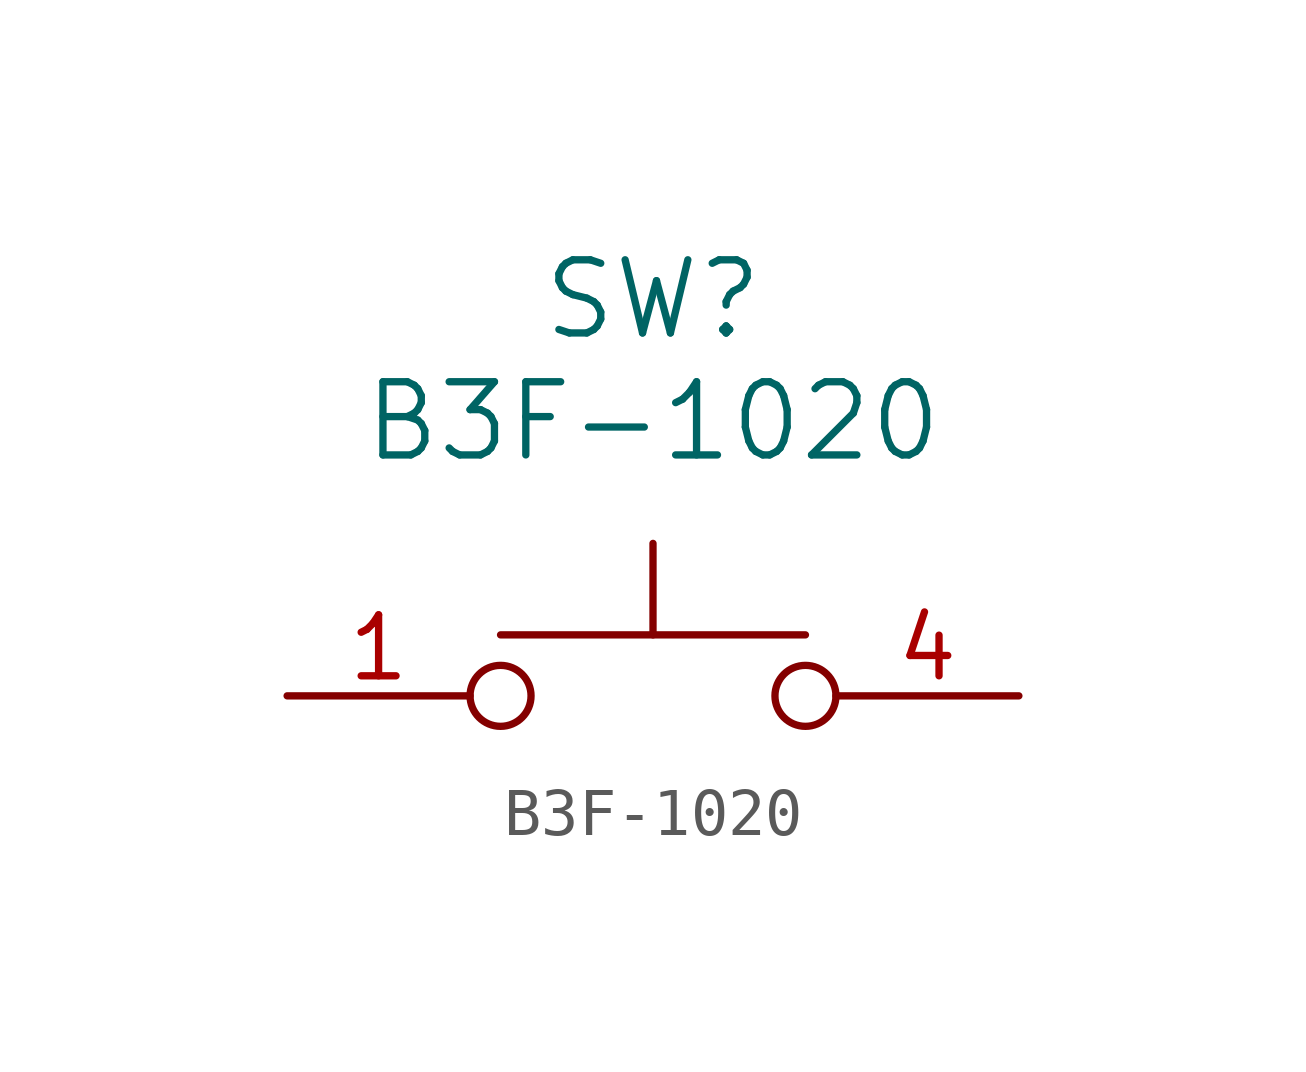
<source format=kicad_sym>
(kicad_symbol_lib
  (version 20220914)
  (generator kicad_symbol_editor)
  (symbol "B3F-1020"
    (pin_names
      (offset 0.254))
    (property "Reference" "SW"
      (at 0 8.255 0)
      (effects (font (size 1.524 1.524))))
    (property "Value" "B3F-1020"
      (at 0 5.715 0)
      (effects (font (size 1.524 1.524))))
    (property "ki_locked" ""
      (at 0 0 0)
      (effects (font (size 1.27 1.27))))
    (symbol "B3F-1020_1_1"
      (circle (center -3.175 0) (radius 0.635) (stroke (width 0) (type default)) (fill (type none)))
      (polyline (pts (xy -3.175 1.27) (xy 3.175 1.27)) (stroke (width 0) (type default)) (fill (type none)))
      (polyline (pts (xy 0 1.27) (xy 0 3.175)) (stroke (width 0) (type default)) (fill (type none)))
      (circle (center 3.175 0) (radius 0.635) (stroke (width 0) (type default)) (fill (type none)))
      (pin unspecified line (at -7.62 0 0) (length 3.81) (name "" (effects (font (size 1.27 1.27)))) (number "1" (effects (font (size 1.27 1.27)))))
      (pin unspecified line (at 7.62 0 180) (length 3.81) (name "" (effects (font (size 1.27 1.27)))) (number "4" (effects (font (size 1.27 1.27))))))))
</source>
